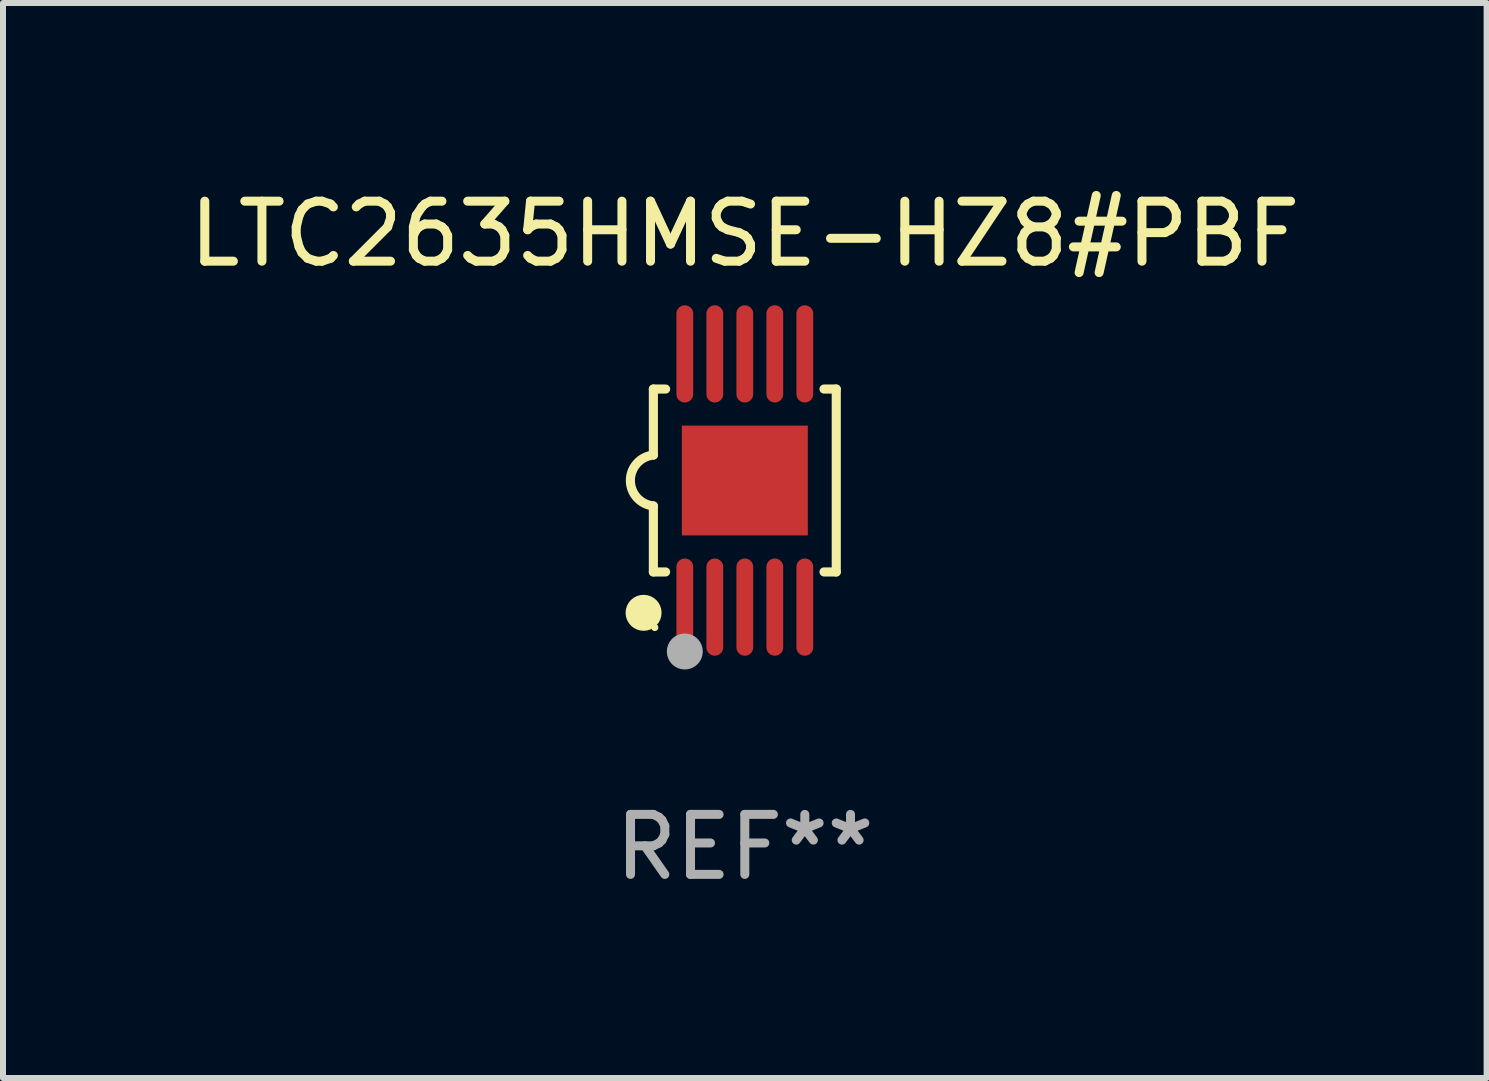
<source format=kicad_pcb>
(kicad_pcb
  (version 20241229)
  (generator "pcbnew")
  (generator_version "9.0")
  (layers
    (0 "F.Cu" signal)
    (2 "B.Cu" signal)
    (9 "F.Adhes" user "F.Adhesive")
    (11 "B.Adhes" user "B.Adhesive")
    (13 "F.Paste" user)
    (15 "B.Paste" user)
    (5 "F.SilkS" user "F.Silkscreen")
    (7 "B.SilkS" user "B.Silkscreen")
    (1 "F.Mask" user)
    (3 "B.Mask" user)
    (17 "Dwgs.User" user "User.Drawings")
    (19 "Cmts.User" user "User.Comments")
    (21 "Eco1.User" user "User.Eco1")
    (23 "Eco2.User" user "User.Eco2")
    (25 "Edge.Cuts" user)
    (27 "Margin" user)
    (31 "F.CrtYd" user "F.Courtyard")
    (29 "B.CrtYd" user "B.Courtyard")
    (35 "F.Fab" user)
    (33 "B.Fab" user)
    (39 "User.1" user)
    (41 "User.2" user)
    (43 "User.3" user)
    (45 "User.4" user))
  (footprint "LTC2635HMSE-HZ8#PBF"
    (layer "F.Cu")
    (at 9.363 4.958)
    (property "Reference" "LTC2635HMSE-HZ8#PBF" (at 0 -4.11 0) (layer "F.SilkS") (effects (font (size 1 1) (thickness 0.15))))
    (attr through_hole)
    (fp_line (start -1.524 -1.524) (end -1.524 -0.424) (stroke (width 0.152) (type solid)) (layer "F.SilkS"))
    (fp_line (start -1.524 1.524) (end -1.524 0.424) (stroke (width 0.152) (type solid)) (layer "F.SilkS"))
    (fp_line (start -1.524 1.524) (end -1.32 1.524) (stroke (width 0.152) (type solid)) (layer "F.SilkS"))
    (fp_line (start -1.32 -1.524) (end -1.524 -1.524) (stroke (width 0.152) (type solid)) (layer "F.SilkS"))
    (fp_line (start 1.32 1.524) (end 1.524 1.524) (stroke (width 0.152) (type solid)) (layer "F.SilkS"))
    (fp_line (start 1.524 -1.524) (end 1.32 -1.524) (stroke (width 0.152) (type solid)) (layer "F.SilkS"))
    (fp_line (start 1.524 1.524) (end 1.524 -1.524) (stroke (width 0.152) (type solid)) (layer "F.SilkS"))
    (fp_arc (start -1.524003 0.424003) (mid -1.906663 -0.000089) (end -1.524004 -0.424181) (stroke (width 0.151994) (type solid)) (layer "F.SilkS"))
    (fp_circle (center -1.687 2.205) (end -1.537 2.205) (stroke (width 0.3) (type solid)) (fill no) (layer "F.SilkS"))
    (fp_circle (center -1.5 2.45) (end -1.47 2.45) (stroke (width 0.06) (type solid)) (fill no) (layer "F.SilkS"))
    (fp_circle (center -1 2.85) (end -0.85 2.85) (stroke (width 0.3) (type solid)) (fill no) (layer "F.Fab"))
    (fp_text user "REF**" (at 0 6.11 0) (layer "F.Fab") (effects (font (size 1 1) (thickness 0.15))))
    (pad "1" smd oval (at -1 2.11) (size 0.28 1.62) (layers "F.Cu" "F.Mask" "F.Paste"))
    (pad "2" smd oval (at -0.5 2.11) (size 0.28 1.62) (layers "F.Cu" "F.Mask" "F.Paste"))
    (pad "3" smd oval (at 0 2.11) (size 0.28 1.62) (layers "F.Cu" "F.Mask" "F.Paste"))
    (pad "4" smd oval (at 0.5 2.11) (size 0.28 1.62) (layers "F.Cu" "F.Mask" "F.Paste"))
    (pad "5" smd oval (at 1 2.11) (size 0.28 1.62) (layers "F.Cu" "F.Mask" "F.Paste"))
    (pad "6" smd oval (at 1 -2.11) (size 0.28 1.62) (layers "F.Cu" "F.Mask" "F.Paste"))
    (pad "7" smd oval (at 0.5 -2.11) (size 0.28 1.62) (layers "F.Cu" "F.Mask" "F.Paste"))
    (pad "8" smd oval (at 0 -2.11) (size 0.28 1.62) (layers "F.Cu" "F.Mask" "F.Paste"))
    (pad "9" smd oval (at -0.5 -2.11) (size 0.28 1.62) (layers "F.Cu" "F.Mask" "F.Paste"))
    (pad "10" smd oval (at -1 -2.11) (size 0.28 1.62) (layers "F.Cu" "F.Mask" "F.Paste"))
    (pad "11" smd rect (at 0 0) (size 2.1 1.83) (layers "F.Cu" "F.Mask" "F.Paste")))
  (gr_rect
    (start -3 -3)
    (end 21.726 14.916)
    (stroke (width 0.1) (type default))
    (fill no)
    (layer "Edge.Cuts")))
</source>
